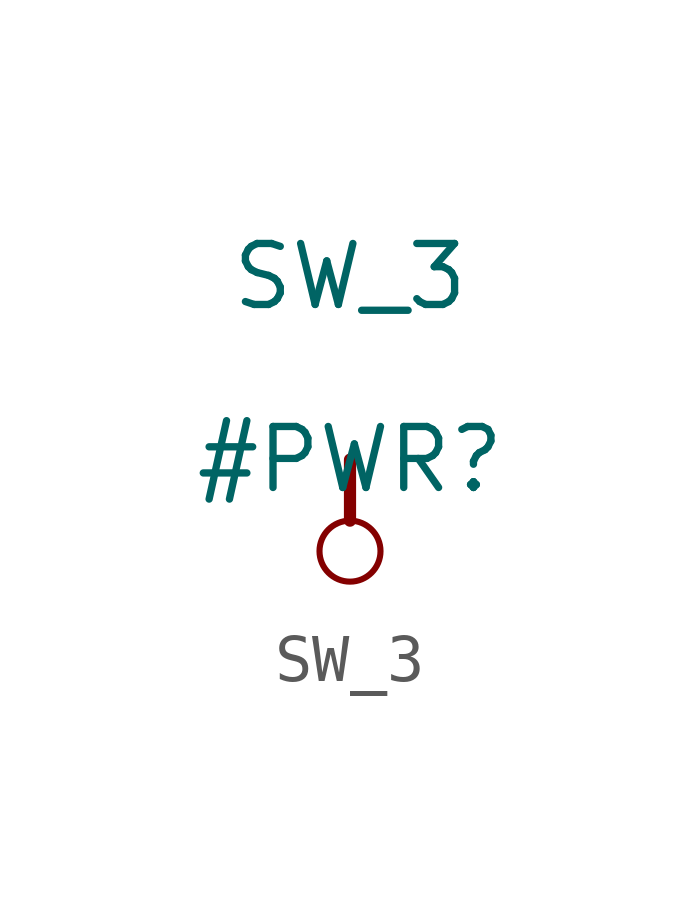
<source format=kicad_sym>
(kicad_symbol_lib
  (version 20211014)
  (generator kicad_symbol_editor)
  (symbol "SW_3"
    (power)
    (property "Reference" "#PWR"
      (at 0 0 0)
      (effects (font (size 1.27 1.27))))
    (property "Value" "SW_3"
      (at 0 3.81 0)
      (effects (font (size 1.27 1.27))))
    (symbol "SW_3_0_0"
      (circle (center 0 -1.905) (radius 0.635) (stroke (width 0.127) (type default) (color 0 0 0 0)) (fill (type none)))
      (polyline (pts (xy 0 0) (xy 0 -1.27)) (stroke (width 0.254) (type default) (color 0 0 0 0)) (fill (type none)))
      (pin power_in line (at 0 0 0) (length 0) hide (name "SW_3" (effects (font (size 1.27 1.27)))) (number "" (effects (font (size 1.27 1.27))))))))
</source>
